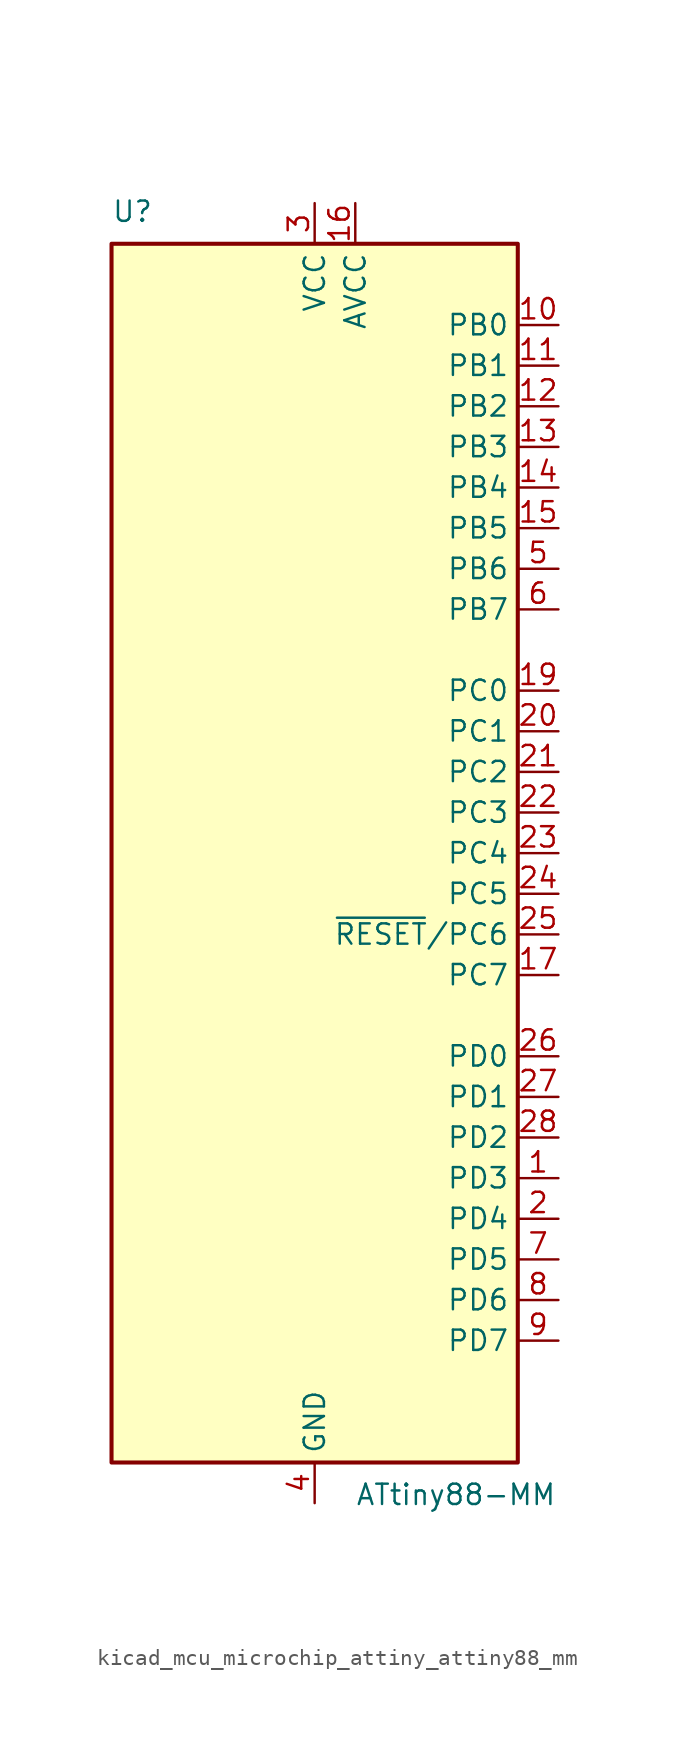
<source format=kicad_sym>
(kicad_symbol_lib
  (version 20220914)
  (generator kicad_symbol_editor)
  (symbol "kicad_mcu_microchip_attiny_attiny88_mm"
    (property "Reference" "U"
      (at -12.7 39.37 0)
      (effects (font (size 1.27 1.27)) (justify left bottom)))
    (property "Value" "ATtiny88-MM"
      (at 2.54 -39.37 0)
      (effects (font (size 1.27 1.27)) (justify left top)))
    (symbol "kicad_mcu_microchip_attiny_attiny88_mm_0_1"
      (rectangle (start -12.7 -38.1) (end 12.7 38.1) (stroke (width 0.254) (type default)) (fill (type background))))
    (symbol "kicad_mcu_microchip_attiny_attiny88_mm_1_1"
      (pin bidirectional line (at 15.24 -20.32 180) (length 2.54) (name "PD3" (effects (font (size 1.27 1.27)))) (number "1" (effects (font (size 1.27 1.27)))))
      (pin bidirectional line (at 15.24 33.02 180) (length 2.54) (name "PB0" (effects (font (size 1.27 1.27)))) (number "10" (effects (font (size 1.27 1.27)))))
      (pin bidirectional line (at 15.24 30.48 180) (length 2.54) (name "PB1" (effects (font (size 1.27 1.27)))) (number "11" (effects (font (size 1.27 1.27)))))
      (pin bidirectional line (at 15.24 27.94 180) (length 2.54) (name "PB2" (effects (font (size 1.27 1.27)))) (number "12" (effects (font (size 1.27 1.27)))))
      (pin bidirectional line (at 15.24 25.4 180) (length 2.54) (name "PB3" (effects (font (size 1.27 1.27)))) (number "13" (effects (font (size 1.27 1.27)))))
      (pin bidirectional line (at 15.24 22.86 180) (length 2.54) (name "PB4" (effects (font (size 1.27 1.27)))) (number "14" (effects (font (size 1.27 1.27)))))
      (pin bidirectional line (at 15.24 20.32 180) (length 2.54) (name "PB5" (effects (font (size 1.27 1.27)))) (number "15" (effects (font (size 1.27 1.27)))))
      (pin power_in line (at 2.54 40.64 270) (length 2.54) (name "AVCC" (effects (font (size 1.27 1.27)))) (number "16" (effects (font (size 1.27 1.27)))))
      (pin bidirectional line (at 15.24 -7.62 180) (length 2.54) (name "PC7" (effects (font (size 1.27 1.27)))) (number "17" (effects (font (size 1.27 1.27)))))
      (pin passive line (at 0 -40.64 90) (length 2.54) hide (name "GND" (effects (font (size 1.27 1.27)))) (number "18" (effects (font (size 1.27 1.27)))))
      (pin bidirectional line (at 15.24 10.16 180) (length 2.54) (name "PC0" (effects (font (size 1.27 1.27)))) (number "19" (effects (font (size 1.27 1.27)))))
      (pin bidirectional line (at 15.24 -22.86 180) (length 2.54) (name "PD4" (effects (font (size 1.27 1.27)))) (number "2" (effects (font (size 1.27 1.27)))))
      (pin bidirectional line (at 15.24 7.62 180) (length 2.54) (name "PC1" (effects (font (size 1.27 1.27)))) (number "20" (effects (font (size 1.27 1.27)))))
      (pin bidirectional line (at 15.24 5.08 180) (length 2.54) (name "PC2" (effects (font (size 1.27 1.27)))) (number "21" (effects (font (size 1.27 1.27)))))
      (pin bidirectional line (at 15.24 2.54 180) (length 2.54) (name "PC3" (effects (font (size 1.27 1.27)))) (number "22" (effects (font (size 1.27 1.27)))))
      (pin bidirectional line (at 15.24 0 180) (length 2.54) (name "PC4" (effects (font (size 1.27 1.27)))) (number "23" (effects (font (size 1.27 1.27)))))
      (pin bidirectional line (at 15.24 -2.54 180) (length 2.54) (name "PC5" (effects (font (size 1.27 1.27)))) (number "24" (effects (font (size 1.27 1.27)))))
      (pin bidirectional line (at 15.24 -5.08 180) (length 2.54) (name "~{RESET}/PC6" (effects (font (size 1.27 1.27)))) (number "25" (effects (font (size 1.27 1.27)))))
      (pin bidirectional line (at 15.24 -12.7 180) (length 2.54) (name "PD0" (effects (font (size 1.27 1.27)))) (number "26" (effects (font (size 1.27 1.27)))))
      (pin bidirectional line (at 15.24 -15.24 180) (length 2.54) (name "PD1" (effects (font (size 1.27 1.27)))) (number "27" (effects (font (size 1.27 1.27)))))
      (pin bidirectional line (at 15.24 -17.78 180) (length 2.54) (name "PD2" (effects (font (size 1.27 1.27)))) (number "28" (effects (font (size 1.27 1.27)))))
      (pin passive line (at 0 -40.64 90) (length 2.54) hide (name "GND" (effects (font (size 1.27 1.27)))) (number "29" (effects (font (size 1.27 1.27)))))
      (pin power_in line (at 0 40.64 270) (length 2.54) (name "VCC" (effects (font (size 1.27 1.27)))) (number "3" (effects (font (size 1.27 1.27)))))
      (pin power_in line (at 0 -40.64 90) (length 2.54) (name "GND" (effects (font (size 1.27 1.27)))) (number "4" (effects (font (size 1.27 1.27)))))
      (pin bidirectional line (at 15.24 17.78 180) (length 2.54) (name "PB6" (effects (font (size 1.27 1.27)))) (number "5" (effects (font (size 1.27 1.27)))))
      (pin bidirectional line (at 15.24 15.24 180) (length 2.54) (name "PB7" (effects (font (size 1.27 1.27)))) (number "6" (effects (font (size 1.27 1.27)))))
      (pin bidirectional line (at 15.24 -25.4 180) (length 2.54) (name "PD5" (effects (font (size 1.27 1.27)))) (number "7" (effects (font (size 1.27 1.27)))))
      (pin bidirectional line (at 15.24 -27.94 180) (length 2.54) (name "PD6" (effects (font (size 1.27 1.27)))) (number "8" (effects (font (size 1.27 1.27)))))
      (pin bidirectional line (at 15.24 -30.48 180) (length 2.54) (name "PD7" (effects (font (size 1.27 1.27)))) (number "9" (effects (font (size 1.27 1.27))))))))
</source>
